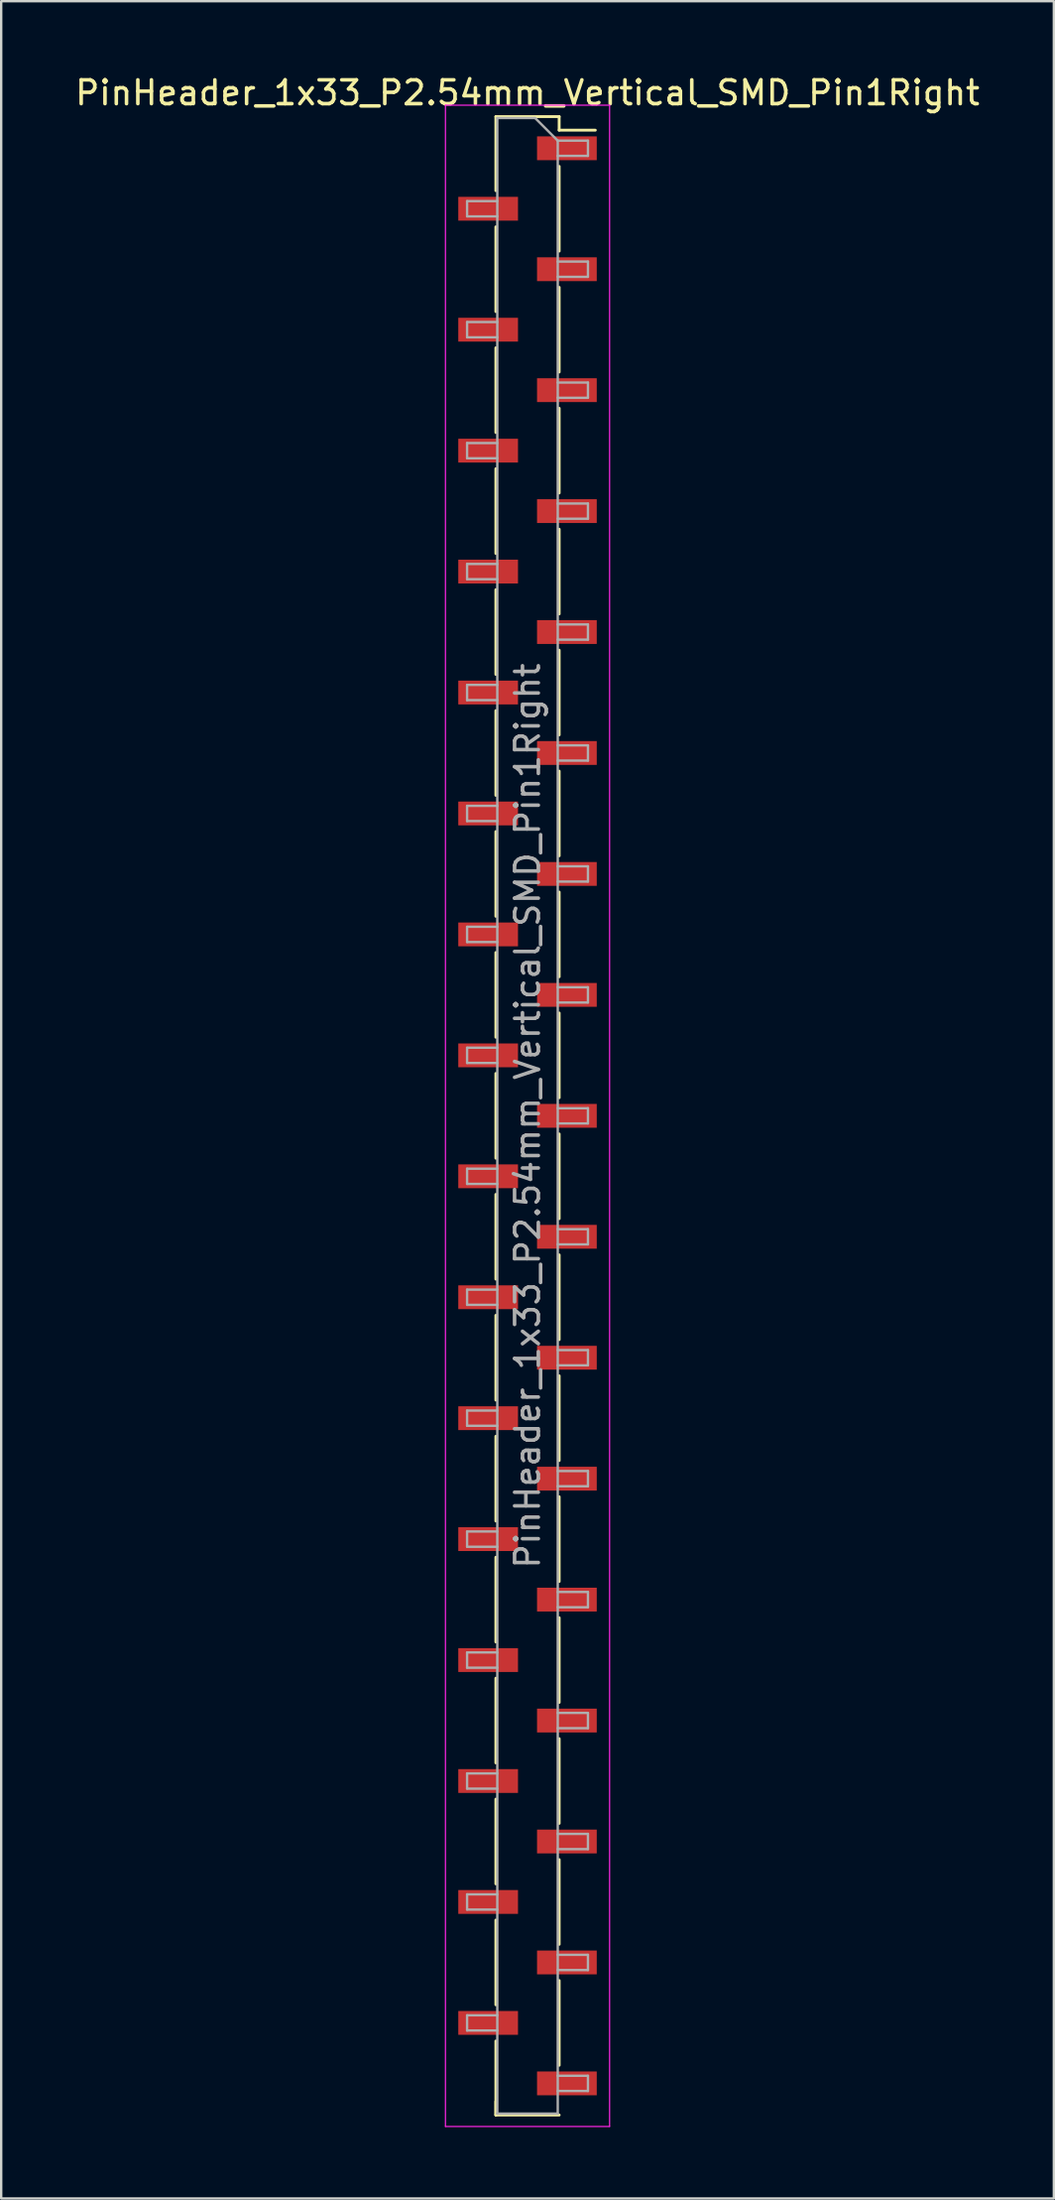
<source format=kicad_pcb>
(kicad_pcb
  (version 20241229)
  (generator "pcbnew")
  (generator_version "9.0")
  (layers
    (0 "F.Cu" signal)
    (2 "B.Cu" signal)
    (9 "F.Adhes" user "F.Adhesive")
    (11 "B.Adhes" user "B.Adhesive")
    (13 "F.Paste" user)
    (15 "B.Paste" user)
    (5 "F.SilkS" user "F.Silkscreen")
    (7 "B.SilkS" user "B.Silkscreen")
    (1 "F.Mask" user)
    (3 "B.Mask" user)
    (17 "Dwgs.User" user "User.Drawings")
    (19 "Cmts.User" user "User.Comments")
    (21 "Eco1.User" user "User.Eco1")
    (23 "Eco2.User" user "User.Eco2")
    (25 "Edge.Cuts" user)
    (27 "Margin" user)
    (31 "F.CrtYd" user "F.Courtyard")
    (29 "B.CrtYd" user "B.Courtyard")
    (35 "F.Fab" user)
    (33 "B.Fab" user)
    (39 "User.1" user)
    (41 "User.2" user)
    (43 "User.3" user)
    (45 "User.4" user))
  (footprint "PinHeader_1x33_P2.54mm_Vertical_SMD_Pin1Right"
    (layer "F.Cu")
    (at 19.125 43.818)
    (property "Reference" "PinHeader_1x33_P2.54mm_Vertical_SMD_Pin1Right" (at 0 -42.97 0) (layer "F.SilkS") (effects (font (size 1 1) (thickness 0.15))))
    (attr smd)
    (fp_line (start -1.33 -41.97) (end -1.33 -38.86) (stroke (width 0.12) (type solid)) (layer "F.SilkS"))
    (fp_line (start -1.33 -41.97) (end 1.33 -41.97) (stroke (width 0.12) (type solid)) (layer "F.SilkS"))
    (fp_line (start -1.33 -37.34) (end -1.33 -33.78) (stroke (width 0.12) (type solid)) (layer "F.SilkS"))
    (fp_line (start -1.33 -32.26) (end -1.33 -28.7) (stroke (width 0.12) (type solid)) (layer "F.SilkS"))
    (fp_line (start -1.33 -27.18) (end -1.33 -23.62) (stroke (width 0.12) (type solid)) (layer "F.SilkS"))
    (fp_line (start -1.33 -22.1) (end -1.33 -18.54) (stroke (width 0.12) (type solid)) (layer "F.SilkS"))
    (fp_line (start -1.33 -17.02) (end -1.33 -13.46) (stroke (width 0.12) (type solid)) (layer "F.SilkS"))
    (fp_line (start -1.33 -11.94) (end -1.33 -8.38) (stroke (width 0.12) (type solid)) (layer "F.SilkS"))
    (fp_line (start -1.33 -6.86) (end -1.33 -3.3) (stroke (width 0.12) (type solid)) (layer "F.SilkS"))
    (fp_line (start -1.33 -1.78) (end -1.33 1.78) (stroke (width 0.12) (type solid)) (layer "F.SilkS"))
    (fp_line (start -1.33 3.3) (end -1.33 6.86) (stroke (width 0.12) (type solid)) (layer "F.SilkS"))
    (fp_line (start -1.33 8.38) (end -1.33 11.94) (stroke (width 0.12) (type solid)) (layer "F.SilkS"))
    (fp_line (start -1.33 13.46) (end -1.33 17.02) (stroke (width 0.12) (type solid)) (layer "F.SilkS"))
    (fp_line (start -1.33 18.54) (end -1.33 22.1) (stroke (width 0.12) (type solid)) (layer "F.SilkS"))
    (fp_line (start -1.33 23.62) (end -1.33 27.18) (stroke (width 0.12) (type solid)) (layer "F.SilkS"))
    (fp_line (start -1.33 28.7) (end -1.33 32.26) (stroke (width 0.12) (type solid)) (layer "F.SilkS"))
    (fp_line (start -1.33 33.78) (end -1.33 37.34) (stroke (width 0.12) (type solid)) (layer "F.SilkS"))
    (fp_line (start -1.33 38.86) (end -1.33 41.97) (stroke (width 0.12) (type solid)) (layer "F.SilkS"))
    (fp_line (start -1.33 41.4) (end -1.33 41.97) (stroke (width 0.12) (type solid)) (layer "F.SilkS"))
    (fp_line (start -1.33 41.97) (end 1.33 41.97) (stroke (width 0.12) (type solid)) (layer "F.SilkS"))
    (fp_line (start 1.33 -41.97) (end 1.33 -41.4) (stroke (width 0.12) (type solid)) (layer "F.SilkS"))
    (fp_line (start 1.33 -41.4) (end 2.85 -41.4) (stroke (width 0.12) (type solid)) (layer "F.SilkS"))
    (fp_line (start 1.33 -39.88) (end 1.33 -36.32) (stroke (width 0.12) (type solid)) (layer "F.SilkS"))
    (fp_line (start 1.33 -34.8) (end 1.33 -31.24) (stroke (width 0.12) (type solid)) (layer "F.SilkS"))
    (fp_line (start 1.33 -29.72) (end 1.33 -26.16) (stroke (width 0.12) (type solid)) (layer "F.SilkS"))
    (fp_line (start 1.33 -24.64) (end 1.33 -21.08) (stroke (width 0.12) (type solid)) (layer "F.SilkS"))
    (fp_line (start 1.33 -19.56) (end 1.33 -16) (stroke (width 0.12) (type solid)) (layer "F.SilkS"))
    (fp_line (start 1.33 -14.48) (end 1.33 -10.92) (stroke (width 0.12) (type solid)) (layer "F.SilkS"))
    (fp_line (start 1.33 -9.4) (end 1.33 -5.84) (stroke (width 0.12) (type solid)) (layer "F.SilkS"))
    (fp_line (start 1.33 -4.32) (end 1.33 -0.76) (stroke (width 0.12) (type solid)) (layer "F.SilkS"))
    (fp_line (start 1.33 0.76) (end 1.33 4.32) (stroke (width 0.12) (type solid)) (layer "F.SilkS"))
    (fp_line (start 1.33 5.84) (end 1.33 9.4) (stroke (width 0.12) (type solid)) (layer "F.SilkS"))
    (fp_line (start 1.33 10.92) (end 1.33 14.48) (stroke (width 0.12) (type solid)) (layer "F.SilkS"))
    (fp_line (start 1.33 16) (end 1.33 19.56) (stroke (width 0.12) (type solid)) (layer "F.SilkS"))
    (fp_line (start 1.33 21.08) (end 1.33 24.64) (stroke (width 0.12) (type solid)) (layer "F.SilkS"))
    (fp_line (start 1.33 26.16) (end 1.33 29.72) (stroke (width 0.12) (type solid)) (layer "F.SilkS"))
    (fp_line (start 1.33 31.24) (end 1.33 34.8) (stroke (width 0.12) (type solid)) (layer "F.SilkS"))
    (fp_line (start 1.33 36.32) (end 1.33 39.88) (stroke (width 0.12) (type solid)) (layer "F.SilkS"))
    (fp_line (start -3.45 -42.45) (end -3.45 42.45) (stroke (width 0.05) (type solid)) (layer "F.CrtYd"))
    (fp_line (start -3.45 42.45) (end 3.45 42.45) (stroke (width 0.05) (type solid)) (layer "F.CrtYd"))
    (fp_line (start 3.45 -42.45) (end -3.45 -42.45) (stroke (width 0.05) (type solid)) (layer "F.CrtYd"))
    (fp_line (start 3.45 42.45) (end 3.45 -42.45) (stroke (width 0.05) (type solid)) (layer "F.CrtYd"))
    (fp_line (start -2.54 -38.42) (end -2.54 -37.78) (stroke (width 0.1) (type solid)) (layer "F.Fab"))
    (fp_line (start -2.54 -37.78) (end -1.27 -37.78) (stroke (width 0.1) (type solid)) (layer "F.Fab"))
    (fp_line (start -2.54 -33.34) (end -2.54 -32.7) (stroke (width 0.1) (type solid)) (layer "F.Fab"))
    (fp_line (start -2.54 -32.7) (end -1.27 -32.7) (stroke (width 0.1) (type solid)) (layer "F.Fab"))
    (fp_line (start -2.54 -28.26) (end -2.54 -27.62) (stroke (width 0.1) (type solid)) (layer "F.Fab"))
    (fp_line (start -2.54 -27.62) (end -1.27 -27.62) (stroke (width 0.1) (type solid)) (layer "F.Fab"))
    (fp_line (start -2.54 -23.18) (end -2.54 -22.54) (stroke (width 0.1) (type solid)) (layer "F.Fab"))
    (fp_line (start -2.54 -22.54) (end -1.27 -22.54) (stroke (width 0.1) (type solid)) (layer "F.Fab"))
    (fp_line (start -2.54 -18.1) (end -2.54 -17.46) (stroke (width 0.1) (type solid)) (layer "F.Fab"))
    (fp_line (start -2.54 -17.46) (end -1.27 -17.46) (stroke (width 0.1) (type solid)) (layer "F.Fab"))
    (fp_line (start -2.54 -13.02) (end -2.54 -12.38) (stroke (width 0.1) (type solid)) (layer "F.Fab"))
    (fp_line (start -2.54 -12.38) (end -1.27 -12.38) (stroke (width 0.1) (type solid)) (layer "F.Fab"))
    (fp_line (start -2.54 -7.94) (end -2.54 -7.3) (stroke (width 0.1) (type solid)) (layer "F.Fab"))
    (fp_line (start -2.54 -7.3) (end -1.27 -7.3) (stroke (width 0.1) (type solid)) (layer "F.Fab"))
    (fp_line (start -2.54 -2.86) (end -2.54 -2.22) (stroke (width 0.1) (type solid)) (layer "F.Fab"))
    (fp_line (start -2.54 -2.22) (end -1.27 -2.22) (stroke (width 0.1) (type solid)) (layer "F.Fab"))
    (fp_line (start -2.54 2.22) (end -2.54 2.86) (stroke (width 0.1) (type solid)) (layer "F.Fab"))
    (fp_line (start -2.54 2.86) (end -1.27 2.86) (stroke (width 0.1) (type solid)) (layer "F.Fab"))
    (fp_line (start -2.54 7.3) (end -2.54 7.94) (stroke (width 0.1) (type solid)) (layer "F.Fab"))
    (fp_line (start -2.54 7.94) (end -1.27 7.94) (stroke (width 0.1) (type solid)) (layer "F.Fab"))
    (fp_line (start -2.54 12.38) (end -2.54 13.02) (stroke (width 0.1) (type solid)) (layer "F.Fab"))
    (fp_line (start -2.54 13.02) (end -1.27 13.02) (stroke (width 0.1) (type solid)) (layer "F.Fab"))
    (fp_line (start -2.54 17.46) (end -2.54 18.1) (stroke (width 0.1) (type solid)) (layer "F.Fab"))
    (fp_line (start -2.54 18.1) (end -1.27 18.1) (stroke (width 0.1) (type solid)) (layer "F.Fab"))
    (fp_line (start -2.54 22.54) (end -2.54 23.18) (stroke (width 0.1) (type solid)) (layer "F.Fab"))
    (fp_line (start -2.54 23.18) (end -1.27 23.18) (stroke (width 0.1) (type solid)) (layer "F.Fab"))
    (fp_line (start -2.54 27.62) (end -2.54 28.26) (stroke (width 0.1) (type solid)) (layer "F.Fab"))
    (fp_line (start -2.54 28.26) (end -1.27 28.26) (stroke (width 0.1) (type solid)) (layer "F.Fab"))
    (fp_line (start -2.54 32.7) (end -2.54 33.34) (stroke (width 0.1) (type solid)) (layer "F.Fab"))
    (fp_line (start -2.54 33.34) (end -1.27 33.34) (stroke (width 0.1) (type solid)) (layer "F.Fab"))
    (fp_line (start -2.54 37.78) (end -2.54 38.42) (stroke (width 0.1) (type solid)) (layer "F.Fab"))
    (fp_line (start -2.54 38.42) (end -1.27 38.42) (stroke (width 0.1) (type solid)) (layer "F.Fab"))
    (fp_line (start -1.27 -41.91) (end -1.27 41.91) (stroke (width 0.1) (type solid)) (layer "F.Fab"))
    (fp_line (start -1.27 -41.91) (end 0.32 -41.91) (stroke (width 0.1) (type solid)) (layer "F.Fab"))
    (fp_line (start -1.27 -38.42) (end -2.54 -38.42) (stroke (width 0.1) (type solid)) (layer "F.Fab"))
    (fp_line (start -1.27 -33.34) (end -2.54 -33.34) (stroke (width 0.1) (type solid)) (layer "F.Fab"))
    (fp_line (start -1.27 -28.26) (end -2.54 -28.26) (stroke (width 0.1) (type solid)) (layer "F.Fab"))
    (fp_line (start -1.27 -23.18) (end -2.54 -23.18) (stroke (width 0.1) (type solid)) (layer "F.Fab"))
    (fp_line (start -1.27 -18.1) (end -2.54 -18.1) (stroke (width 0.1) (type solid)) (layer "F.Fab"))
    (fp_line (start -1.27 -13.02) (end -2.54 -13.02) (stroke (width 0.1) (type solid)) (layer "F.Fab"))
    (fp_line (start -1.27 -7.94) (end -2.54 -7.94) (stroke (width 0.1) (type solid)) (layer "F.Fab"))
    (fp_line (start -1.27 -2.86) (end -2.54 -2.86) (stroke (width 0.1) (type solid)) (layer "F.Fab"))
    (fp_line (start -1.27 2.22) (end -2.54 2.22) (stroke (width 0.1) (type solid)) (layer "F.Fab"))
    (fp_line (start -1.27 7.3) (end -2.54 7.3) (stroke (width 0.1) (type solid)) (layer "F.Fab"))
    (fp_line (start -1.27 12.38) (end -2.54 12.38) (stroke (width 0.1) (type solid)) (layer "F.Fab"))
    (fp_line (start -1.27 17.46) (end -2.54 17.46) (stroke (width 0.1) (type solid)) (layer "F.Fab"))
    (fp_line (start -1.27 22.54) (end -2.54 22.54) (stroke (width 0.1) (type solid)) (layer "F.Fab"))
    (fp_line (start -1.27 27.62) (end -2.54 27.62) (stroke (width 0.1) (type solid)) (layer "F.Fab"))
    (fp_line (start -1.27 32.7) (end -2.54 32.7) (stroke (width 0.1) (type solid)) (layer "F.Fab"))
    (fp_line (start -1.27 37.78) (end -2.54 37.78) (stroke (width 0.1) (type solid)) (layer "F.Fab"))
    (fp_line (start 1.27 -40.96) (end 0.32 -41.91) (stroke (width 0.1) (type solid)) (layer "F.Fab"))
    (fp_line (start 1.27 -40.96) (end 2.54 -40.96) (stroke (width 0.1) (type solid)) (layer "F.Fab"))
    (fp_line (start 1.27 -35.88) (end 2.54 -35.88) (stroke (width 0.1) (type solid)) (layer "F.Fab"))
    (fp_line (start 1.27 -30.8) (end 2.54 -30.8) (stroke (width 0.1) (type solid)) (layer "F.Fab"))
    (fp_line (start 1.27 -25.72) (end 2.54 -25.72) (stroke (width 0.1) (type solid)) (layer "F.Fab"))
    (fp_line (start 1.27 -20.64) (end 2.54 -20.64) (stroke (width 0.1) (type solid)) (layer "F.Fab"))
    (fp_line (start 1.27 -15.56) (end 2.54 -15.56) (stroke (width 0.1) (type solid)) (layer "F.Fab"))
    (fp_line (start 1.27 -10.48) (end 2.54 -10.48) (stroke (width 0.1) (type solid)) (layer "F.Fab"))
    (fp_line (start 1.27 -5.4) (end 2.54 -5.4) (stroke (width 0.1) (type solid)) (layer "F.Fab"))
    (fp_line (start 1.27 -0.32) (end 2.54 -0.32) (stroke (width 0.1) (type solid)) (layer "F.Fab"))
    (fp_line (start 1.27 4.76) (end 2.54 4.76) (stroke (width 0.1) (type solid)) (layer "F.Fab"))
    (fp_line (start 1.27 9.84) (end 2.54 9.84) (stroke (width 0.1) (type solid)) (layer "F.Fab"))
    (fp_line (start 1.27 14.92) (end 2.54 14.92) (stroke (width 0.1) (type solid)) (layer "F.Fab"))
    (fp_line (start 1.27 20) (end 2.54 20) (stroke (width 0.1) (type solid)) (layer "F.Fab"))
    (fp_line (start 1.27 25.08) (end 2.54 25.08) (stroke (width 0.1) (type solid)) (layer "F.Fab"))
    (fp_line (start 1.27 30.16) (end 2.54 30.16) (stroke (width 0.1) (type solid)) (layer "F.Fab"))
    (fp_line (start 1.27 35.24) (end 2.54 35.24) (stroke (width 0.1) (type solid)) (layer "F.Fab"))
    (fp_line (start 1.27 40.32) (end 2.54 40.32) (stroke (width 0.1) (type solid)) (layer "F.Fab"))
    (fp_line (start 1.27 41.91) (end -1.27 41.91) (stroke (width 0.1) (type solid)) (layer "F.Fab"))
    (fp_line (start 1.27 41.91) (end 1.27 -40.96) (stroke (width 0.1) (type solid)) (layer "F.Fab"))
    (fp_line (start 2.54 -40.96) (end 2.54 -40.32) (stroke (width 0.1) (type solid)) (layer "F.Fab"))
    (fp_line (start 2.54 -40.32) (end 1.27 -40.32) (stroke (width 0.1) (type solid)) (layer "F.Fab"))
    (fp_line (start 2.54 -35.88) (end 2.54 -35.24) (stroke (width 0.1) (type solid)) (layer "F.Fab"))
    (fp_line (start 2.54 -35.24) (end 1.27 -35.24) (stroke (width 0.1) (type solid)) (layer "F.Fab"))
    (fp_line (start 2.54 -30.8) (end 2.54 -30.16) (stroke (width 0.1) (type solid)) (layer "F.Fab"))
    (fp_line (start 2.54 -30.16) (end 1.27 -30.16) (stroke (width 0.1) (type solid)) (layer "F.Fab"))
    (fp_line (start 2.54 -25.72) (end 2.54 -25.08) (stroke (width 0.1) (type solid)) (layer "F.Fab"))
    (fp_line (start 2.54 -25.08) (end 1.27 -25.08) (stroke (width 0.1) (type solid)) (layer "F.Fab"))
    (fp_line (start 2.54 -20.64) (end 2.54 -20) (stroke (width 0.1) (type solid)) (layer "F.Fab"))
    (fp_line (start 2.54 -20) (end 1.27 -20) (stroke (width 0.1) (type solid)) (layer "F.Fab"))
    (fp_line (start 2.54 -15.56) (end 2.54 -14.92) (stroke (width 0.1) (type solid)) (layer "F.Fab"))
    (fp_line (start 2.54 -14.92) (end 1.27 -14.92) (stroke (width 0.1) (type solid)) (layer "F.Fab"))
    (fp_line (start 2.54 -10.48) (end 2.54 -9.84) (stroke (width 0.1) (type solid)) (layer "F.Fab"))
    (fp_line (start 2.54 -9.84) (end 1.27 -9.84) (stroke (width 0.1) (type solid)) (layer "F.Fab"))
    (fp_line (start 2.54 -5.4) (end 2.54 -4.76) (stroke (width 0.1) (type solid)) (layer "F.Fab"))
    (fp_line (start 2.54 -4.76) (end 1.27 -4.76) (stroke (width 0.1) (type solid)) (layer "F.Fab"))
    (fp_line (start 2.54 -0.32) (end 2.54 0.32) (stroke (width 0.1) (type solid)) (layer "F.Fab"))
    (fp_line (start 2.54 0.32) (end 1.27 0.32) (stroke (width 0.1) (type solid)) (layer "F.Fab"))
    (fp_line (start 2.54 4.76) (end 2.54 5.4) (stroke (width 0.1) (type solid)) (layer "F.Fab"))
    (fp_line (start 2.54 5.4) (end 1.27 5.4) (stroke (width 0.1) (type solid)) (layer "F.Fab"))
    (fp_line (start 2.54 9.84) (end 2.54 10.48) (stroke (width 0.1) (type solid)) (layer "F.Fab"))
    (fp_line (start 2.54 10.48) (end 1.27 10.48) (stroke (width 0.1) (type solid)) (layer "F.Fab"))
    (fp_line (start 2.54 14.92) (end 2.54 15.56) (stroke (width 0.1) (type solid)) (layer "F.Fab"))
    (fp_line (start 2.54 15.56) (end 1.27 15.56) (stroke (width 0.1) (type solid)) (layer "F.Fab"))
    (fp_line (start 2.54 20) (end 2.54 20.64) (stroke (width 0.1) (type solid)) (layer "F.Fab"))
    (fp_line (start 2.54 20.64) (end 1.27 20.64) (stroke (width 0.1) (type solid)) (layer "F.Fab"))
    (fp_line (start 2.54 25.08) (end 2.54 25.72) (stroke (width 0.1) (type solid)) (layer "F.Fab"))
    (fp_line (start 2.54 25.72) (end 1.27 25.72) (stroke (width 0.1) (type solid)) (layer "F.Fab"))
    (fp_line (start 2.54 30.16) (end 2.54 30.8) (stroke (width 0.1) (type solid)) (layer "F.Fab"))
    (fp_line (start 2.54 30.8) (end 1.27 30.8) (stroke (width 0.1) (type solid)) (layer "F.Fab"))
    (fp_line (start 2.54 35.24) (end 2.54 35.88) (stroke (width 0.1) (type solid)) (layer "F.Fab"))
    (fp_line (start 2.54 35.88) (end 1.27 35.88) (stroke (width 0.1) (type solid)) (layer "F.Fab"))
    (fp_line (start 2.54 40.32) (end 2.54 40.96) (stroke (width 0.1) (type solid)) (layer "F.Fab"))
    (fp_line (start 2.54 40.96) (end 1.27 40.96) (stroke (width 0.1) (type solid)) (layer "F.Fab"))
    (fp_text user "${REFERENCE}" (at 0 0 90) (layer "F.Fab") (effects (font (size 1 1) (thickness 0.15))))
    (pad "1" smd rect (at 1.655 -40.64) (size 2.51 1) (layers "F.Cu" "F.Mask" "F.Paste"))
    (pad "2" smd rect (at -1.655 -38.1) (size 2.51 1) (layers "F.Cu" "F.Mask" "F.Paste"))
    (pad "3" smd rect (at 1.655 -35.56) (size 2.51 1) (layers "F.Cu" "F.Mask" "F.Paste"))
    (pad "4" smd rect (at -1.655 -33.02) (size 2.51 1) (layers "F.Cu" "F.Mask" "F.Paste"))
    (pad "5" smd rect (at 1.655 -30.48) (size 2.51 1) (layers "F.Cu" "F.Mask" "F.Paste"))
    (pad "6" smd rect (at -1.655 -27.94) (size 2.51 1) (layers "F.Cu" "F.Mask" "F.Paste"))
    (pad "7" smd rect (at 1.655 -25.4) (size 2.51 1) (layers "F.Cu" "F.Mask" "F.Paste"))
    (pad "8" smd rect (at -1.655 -22.86) (size 2.51 1) (layers "F.Cu" "F.Mask" "F.Paste"))
    (pad "9" smd rect (at 1.655 -20.32) (size 2.51 1) (layers "F.Cu" "F.Mask" "F.Paste"))
    (pad "10" smd rect (at -1.655 -17.78) (size 2.51 1) (layers "F.Cu" "F.Mask" "F.Paste"))
    (pad "11" smd rect (at 1.655 -15.24) (size 2.51 1) (layers "F.Cu" "F.Mask" "F.Paste"))
    (pad "12" smd rect (at -1.655 -12.7) (size 2.51 1) (layers "F.Cu" "F.Mask" "F.Paste"))
    (pad "13" smd rect (at 1.655 -10.16) (size 2.51 1) (layers "F.Cu" "F.Mask" "F.Paste"))
    (pad "14" smd rect (at -1.655 -7.62) (size 2.51 1) (layers "F.Cu" "F.Mask" "F.Paste"))
    (pad "15" smd rect (at 1.655 -5.08) (size 2.51 1) (layers "F.Cu" "F.Mask" "F.Paste"))
    (pad "16" smd rect (at -1.655 -2.54) (size 2.51 1) (layers "F.Cu" "F.Mask" "F.Paste"))
    (pad "17" smd rect (at 1.655 0) (size 2.51 1) (layers "F.Cu" "F.Mask" "F.Paste"))
    (pad "18" smd rect (at -1.655 2.54) (size 2.51 1) (layers "F.Cu" "F.Mask" "F.Paste"))
    (pad "19" smd rect (at 1.655 5.08) (size 2.51 1) (layers "F.Cu" "F.Mask" "F.Paste"))
    (pad "20" smd rect (at -1.655 7.62) (size 2.51 1) (layers "F.Cu" "F.Mask" "F.Paste"))
    (pad "21" smd rect (at 1.655 10.16) (size 2.51 1) (layers "F.Cu" "F.Mask" "F.Paste"))
    (pad "22" smd rect (at -1.655 12.7) (size 2.51 1) (layers "F.Cu" "F.Mask" "F.Paste"))
    (pad "23" smd rect (at 1.655 15.24) (size 2.51 1) (layers "F.Cu" "F.Mask" "F.Paste"))
    (pad "24" smd rect (at -1.655 17.78) (size 2.51 1) (layers "F.Cu" "F.Mask" "F.Paste"))
    (pad "25" smd rect (at 1.655 20.32) (size 2.51 1) (layers "F.Cu" "F.Mask" "F.Paste"))
    (pad "26" smd rect (at -1.655 22.86) (size 2.51 1) (layers "F.Cu" "F.Mask" "F.Paste"))
    (pad "27" smd rect (at 1.655 25.4) (size 2.51 1) (layers "F.Cu" "F.Mask" "F.Paste"))
    (pad "28" smd rect (at -1.655 27.94) (size 2.51 1) (layers "F.Cu" "F.Mask" "F.Paste"))
    (pad "29" smd rect (at 1.655 30.48) (size 2.51 1) (layers "F.Cu" "F.Mask" "F.Paste"))
    (pad "30" smd rect (at -1.655 33.02) (size 2.51 1) (layers "F.Cu" "F.Mask" "F.Paste"))
    (pad "31" smd rect (at 1.655 35.56) (size 2.51 1) (layers "F.Cu" "F.Mask" "F.Paste"))
    (pad "32" smd rect (at -1.655 38.1) (size 2.51 1) (layers "F.Cu" "F.Mask" "F.Paste"))
    (pad "33" smd rect (at 1.655 40.64) (size 2.51 1) (layers "F.Cu" "F.Mask" "F.Paste")))
  (gr_rect
    (start -3 -3)
    (end 41.25 89.293)
    (stroke (width 0.1) (type default))
    (fill no)
    (layer "Edge.Cuts")))
</source>
